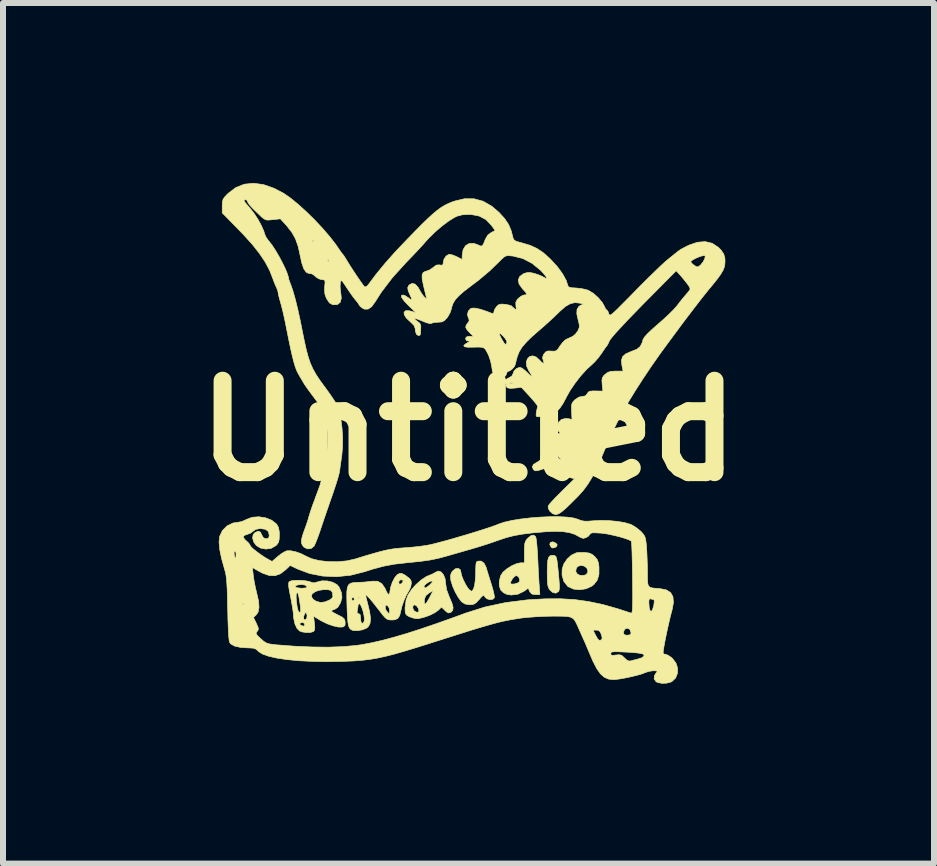
<source format=kicad_pcb>
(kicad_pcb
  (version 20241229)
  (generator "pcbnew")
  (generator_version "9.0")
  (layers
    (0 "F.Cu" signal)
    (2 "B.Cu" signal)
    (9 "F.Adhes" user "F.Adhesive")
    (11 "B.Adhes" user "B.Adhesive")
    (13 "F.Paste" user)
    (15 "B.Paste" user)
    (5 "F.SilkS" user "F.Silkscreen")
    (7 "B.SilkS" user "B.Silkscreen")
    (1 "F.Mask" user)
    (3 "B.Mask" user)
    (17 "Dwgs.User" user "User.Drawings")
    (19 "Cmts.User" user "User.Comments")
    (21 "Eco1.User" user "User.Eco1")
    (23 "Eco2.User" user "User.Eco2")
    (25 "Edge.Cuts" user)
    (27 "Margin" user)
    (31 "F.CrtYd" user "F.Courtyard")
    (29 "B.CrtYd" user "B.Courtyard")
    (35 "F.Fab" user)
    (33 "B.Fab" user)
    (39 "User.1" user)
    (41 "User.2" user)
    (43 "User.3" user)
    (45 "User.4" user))
  (footprint "Untitled"
    (layer "F.Cu")
    (at 4.761 4.132)
    (property "Reference" "Untitled" (at 0 0 0) (layer "F.SilkS") (effects (font (size 1.524 1.524) (thickness 0.3))))
    (attr through_hole)
    (fp_poly (pts (xy 1.439 1.862) (xy 1.477 1.894) (xy 1.472 1.924) (xy 1.443 1.946) (xy 1.398 1.954) (xy 1.379 1.942) (xy 1.354 1.898) (xy 1.363 1.864) (xy 1.398 1.851) (xy 1.439 1.862)) (stroke (width 0.01) (type solid)) (fill yes) (layer "F.SilkS"))
    (fp_poly (pts (xy 1.422 2.078) (xy 1.442 2.083) (xy 1.456 2.096) (xy 1.467 2.124) (xy 1.477 2.174) (xy 1.486 2.252) (xy 1.498 2.366) (xy 1.498 2.367) (xy 1.509 2.491) (xy 1.515 2.578) (xy 1.514 2.635) (xy 1.507 2.669) (xy 1.501 2.679) (xy 1.456 2.707) (xy 1.404 2.696) (xy 1.356 2.654) (xy 1.337 2.624) (xy 1.324 2.588) (xy 1.317 2.537) (xy 1.313 2.462) (xy 1.312 2.36) (xy 1.314 2.242) (xy 1.321 2.16) (xy 1.336 2.109) (xy 1.36 2.083) (xy 1.396 2.076) (xy 1.422 2.078)) (stroke (width 0.01) (type solid)) (fill yes) (layer "F.SilkS"))
    (fp_poly (pts (xy 2.006 2.037) (xy 2.059 2.059) (xy 2.104 2.096) (xy 2.144 2.145) (xy 2.166 2.202) (xy 2.175 2.272) (xy 2.174 2.395) (xy 2.147 2.489) (xy 2.09 2.562) (xy 2.053 2.591) (xy 1.958 2.634) (xy 1.853 2.65) (xy 1.751 2.639) (xy 1.666 2.601) (xy 1.653 2.592) (xy 1.589 2.511) (xy 1.559 2.407) (xy 1.56 2.341) (xy 1.787 2.341) (xy 1.809 2.384) (xy 1.856 2.409) (xy 1.921 2.41) (xy 1.956 2.4) (xy 1.982 2.371) (xy 1.99 2.337) (xy 1.972 2.288) (xy 1.93 2.256) (xy 1.876 2.244) (xy 1.826 2.258) (xy 1.799 2.286) (xy 1.787 2.341) (xy 1.56 2.341) (xy 1.561 2.305) (xy 1.589 2.218) (xy 1.645 2.136) (xy 1.717 2.072) (xy 1.797 2.034) (xy 1.833 2.029) (xy 1.934 2.028) (xy 2.006 2.037)) (stroke (width 0.01) (type solid)) (fill yes) (layer "F.SilkS"))
    (fp_poly (pts (xy 0.26 2.209) (xy 0.295 2.279) (xy 0.298 2.292) (xy 0.316 2.353) (xy 0.343 2.44) (xy 0.373 2.536) (xy 0.383 2.567) (xy 0.408 2.653) (xy 0.425 2.725) (xy 0.432 2.773) (xy 0.431 2.784) (xy 0.402 2.81) (xy 0.354 2.815) (xy 0.305 2.8) (xy 0.274 2.771) (xy 0.259 2.748) (xy 0.242 2.746) (xy 0.215 2.769) (xy 0.177 2.813) (xy 0.127 2.866) (xy 0.085 2.892) (xy 0.034 2.9) (xy 0.019 2.9) (xy -0.06 2.887) (xy -0.116 2.85) (xy -0.169 2.781) (xy -0.222 2.688) (xy -0.266 2.588) (xy -0.294 2.497) (xy -0.296 2.483) (xy -0.301 2.416) (xy -0.286 2.368) (xy -0.265 2.337) (xy -0.219 2.3) (xy -0.173 2.293) (xy -0.138 2.315) (xy -0.127 2.356) (xy -0.116 2.411) (xy -0.087 2.485) (xy -0.049 2.561) (xy -0.009 2.624) (xy 0.015 2.651) (xy 0.045 2.674) (xy 0.064 2.668) (xy 0.085 2.63) (xy 0.1 2.581) (xy 0.111 2.504) (xy 0.118 2.412) (xy 0.118 2.392) (xy 0.12 2.297) (xy 0.123 2.237) (xy 0.127 2.202) (xy 0.134 2.185) (xy 0.146 2.177) (xy 0.16 2.172) (xy 0.213 2.172) (xy 0.26 2.209)) (stroke (width 0.01) (type solid)) (fill yes) (layer "F.SilkS"))
    (fp_poly (pts (xy 1.117 1.762) (xy 1.126 1.792) (xy 1.135 1.856) (xy 1.143 1.945) (xy 1.15 2.051) (xy 1.152 2.085) (xy 1.158 2.212) (xy 1.164 2.342) (xy 1.171 2.46) (xy 1.176 2.552) (xy 1.177 2.556) (xy 1.189 2.731) (xy 1.116 2.731) (xy 1.06 2.723) (xy 1.028 2.693) (xy 1.019 2.677) (xy 0.995 2.623) (xy 0.926 2.674) (xy 0.824 2.724) (xy 0.711 2.738) (xy 0.64 2.727) (xy 0.581 2.698) (xy 0.537 2.655) (xy 0.513 2.586) (xy 0.513 2.542) (xy 0.699 2.542) (xy 0.715 2.555) (xy 0.755 2.555) (xy 0.802 2.544) (xy 0.84 2.525) (xy 0.849 2.514) (xy 0.853 2.476) (xy 0.833 2.435) (xy 0.8 2.413) (xy 0.795 2.413) (xy 0.765 2.43) (xy 0.73 2.47) (xy 0.705 2.516) (xy 0.699 2.542) (xy 0.513 2.542) (xy 0.514 2.5) (xy 0.536 2.416) (xy 0.573 2.358) (xy 0.642 2.299) (xy 0.724 2.248) (xy 0.806 2.213) (xy 0.866 2.201) (xy 0.931 2.201) (xy 0.931 2.026) (xy 0.933 1.938) (xy 0.938 1.879) (xy 0.951 1.839) (xy 0.973 1.807) (xy 0.985 1.794) (xy 1.041 1.747) (xy 1.085 1.739) (xy 1.117 1.762)) (stroke (width 0.01) (type solid)) (fill yes) (layer "F.SilkS"))
    (fp_poly (pts (xy -0.456 2.354) (xy -0.417 2.4) (xy -0.39 2.469) (xy -0.381 2.548) (xy -0.366 2.648) (xy -0.322 2.766) (xy -0.318 2.776) (xy -0.275 2.876) (xy -0.257 2.946) (xy -0.264 2.994) (xy -0.293 3.025) (xy -0.296 3.027) (xy -0.331 3.037) (xy -0.366 3.02) (xy -0.394 2.994) (xy -0.45 2.939) (xy -0.507 2.994) (xy -0.568 3.036) (xy -0.654 3.078) (xy -0.748 3.111) (xy -0.832 3.13) (xy -0.862 3.132) (xy -0.922 3.122) (xy -0.987 3.099) (xy -0.99 3.098) (xy -1.029 3.075) (xy -1.05 3.048) (xy -1.057 3.004) (xy -1.058 2.953) (xy -0.93 2.953) (xy -0.913 2.993) (xy -0.906 3.001) (xy -0.87 3.023) (xy -0.837 3.023) (xy -0.826 3.004) (xy -0.838 2.958) (xy -0.868 2.917) (xy -0.9 2.9) (xy -0.925 2.916) (xy -0.93 2.953) (xy -1.058 2.953) (xy -1.058 2.949) (xy -1.042 2.827) (xy -0.737 2.827) (xy -0.736 2.878) (xy -0.723 2.889) (xy -0.695 2.86) (xy -0.655 2.791) (xy -0.643 2.768) (xy -0.589 2.66) (xy -0.659 2.705) (xy -0.711 2.747) (xy -0.733 2.799) (xy -0.737 2.827) (xy -1.042 2.827) (xy -1.041 2.82) (xy -1.007 2.733) (xy -0.951 2.647) (xy -0.903 2.593) (xy -0.741 2.593) (xy -0.734 2.62) (xy -0.709 2.616) (xy -0.662 2.582) (xy -0.648 2.57) (xy -0.612 2.533) (xy -0.598 2.509) (xy -0.599 2.506) (xy -0.625 2.505) (xy -0.667 2.524) (xy -0.71 2.553) (xy -0.737 2.582) (xy -0.741 2.593) (xy -0.903 2.593) (xy -0.873 2.561) (xy -0.787 2.485) (xy -0.702 2.429) (xy -0.661 2.412) (xy -0.6 2.387) (xy -0.553 2.361) (xy -0.548 2.357) (xy -0.502 2.338) (xy -0.456 2.354)) (stroke (width 0.01) (type solid)) (fill yes) (layer "F.SilkS"))
    (fp_poly (pts (xy -1.113 2.378) (xy -1.069 2.4) (xy -1.039 2.42) (xy -0.984 2.462) (xy -0.958 2.5) (xy -0.953 2.542) (xy -0.965 2.607) (xy -0.994 2.665) (xy -1.035 2.737) (xy -1.077 2.831) (xy -1.111 2.928) (xy -1.128 2.999) (xy -1.148 3.081) (xy -1.181 3.13) (xy -1.233 3.151) (xy -1.277 3.154) (xy -1.322 3.152) (xy -1.356 3.142) (xy -1.388 3.118) (xy -1.428 3.073) (xy -1.481 3.004) (xy -1.54 2.929) (xy -1.388 2.929) (xy -1.385 2.974) (xy -1.363 3.009) (xy -1.323 3.053) (xy -1.316 3.005) (xy -1.324 2.953) (xy -1.341 2.925) (xy -1.368 2.904) (xy -1.383 2.916) (xy -1.388 2.929) (xy -1.54 2.929) (xy -1.567 2.894) (xy -1.635 2.811) (xy -1.683 2.758) (xy -1.709 2.737) (xy -1.714 2.741) (xy -1.709 2.772) (xy -1.695 2.829) (xy -1.682 2.879) (xy -1.648 3.019) (xy -1.634 3.127) (xy -1.641 3.207) (xy -1.668 3.262) (xy -1.699 3.289) (xy -1.769 3.318) (xy -1.85 3.332) (xy -1.922 3.329) (xy -1.939 3.324) (xy -1.966 3.309) (xy -1.986 3.286) (xy -2.001 3.249) (xy -2.011 3.19) (xy -2.018 3.105) (xy -2.021 3.038) (xy -1.857 3.038) (xy -1.833 3.048) (xy -1.808 3.062) (xy -1.799 3.108) (xy -1.799 3.119) (xy -1.795 3.171) (xy -1.786 3.202) (xy -1.786 3.203) (xy -1.761 3.209) (xy -1.742 3.181) (xy -1.736 3.137) (xy -1.743 3.075) (xy -1.759 3.006) (xy -1.781 2.942) (xy -1.803 2.896) (xy -1.817 2.883) (xy -1.837 2.893) (xy -1.842 2.914) (xy -1.848 2.967) (xy -1.855 3) (xy -1.857 3.038) (xy -2.021 3.038) (xy -2.024 2.987) (xy -2.026 2.921) (xy -2.029 2.805) (xy -1.947 2.805) (xy -1.936 2.833) (xy -1.926 2.836) (xy -1.907 2.819) (xy -1.905 2.805) (xy -1.914 2.783) (xy -1.841 2.783) (xy -1.831 2.794) (xy -1.82 2.783) (xy -1.831 2.773) (xy -1.841 2.783) (xy -1.914 2.783) (xy -1.916 2.776) (xy -1.926 2.773) (xy -1.945 2.79) (xy -1.947 2.805) (xy -2.029 2.805) (xy -2.03 2.784) (xy -2.029 2.683) (xy -2.02 2.613) (xy -2.001 2.569) (xy -1.969 2.543) (xy -1.92 2.531) (xy -1.852 2.527) (xy -1.827 2.526) (xy -1.739 2.522) (xy -1.656 2.514) (xy -1.604 2.507) (xy -1.516 2.508) (xy -1.446 2.548) (xy -1.392 2.626) (xy -1.384 2.647) (xy -1.355 2.705) (xy -1.331 2.728) (xy -1.315 2.714) (xy -1.311 2.683) (xy -1.298 2.607) (xy -1.272 2.531) (xy -1.164 2.531) (xy -1.153 2.558) (xy -1.124 2.552) (xy -1.102 2.531) (xy -1.089 2.5) (xy -1.1 2.488) (xy -1.136 2.484) (xy -1.161 2.512) (xy -1.164 2.531) (xy -1.272 2.531) (xy -1.27 2.525) (xy -1.233 2.452) (xy -1.192 2.402) (xy -1.18 2.393) (xy -1.144 2.377) (xy -1.113 2.378)) (stroke (width 0.01) (type solid)) (fill yes) (layer "F.SilkS"))
    (fp_poly (pts (xy -2.729 2.499) (xy -2.661 2.511) (xy -2.63 2.522) (xy -2.579 2.536) (xy -2.529 2.522) (xy -2.445 2.501) (xy -2.352 2.503) (xy -2.264 2.525) (xy -2.193 2.564) (xy -2.158 2.605) (xy -2.119 2.698) (xy -2.11 2.778) (xy -2.132 2.86) (xy -2.137 2.871) (xy -2.178 2.941) (xy -2.226 2.974) (xy -2.232 2.975) (xy -2.272 2.991) (xy -2.286 3.004) (xy -2.268 3.021) (xy -2.223 3.047) (xy -2.175 3.071) (xy -2.11 3.104) (xy -2.075 3.132) (xy -2.06 3.167) (xy -2.057 3.19) (xy -2.058 3.24) (xy -2.079 3.263) (xy -2.102 3.271) (xy -2.166 3.272) (xy -2.253 3.253) (xy -2.351 3.219) (xy -2.448 3.172) (xy -2.479 3.154) (xy -2.583 3.091) (xy -2.569 3.209) (xy -2.563 3.283) (xy -2.569 3.326) (xy -2.584 3.346) (xy -2.637 3.362) (xy -2.71 3.363) (xy -2.782 3.351) (xy -2.815 3.338) (xy -2.859 3.295) (xy -2.89 3.229) (xy -2.812 3.229) (xy -2.789 3.246) (xy -2.747 3.257) (xy -2.732 3.242) (xy -2.731 3.228) (xy -2.748 3.202) (xy -2.773 3.196) (xy -2.809 3.207) (xy -2.812 3.229) (xy -2.89 3.229) (xy -2.894 3.22) (xy -2.913 3.133) (xy -2.749 3.133) (xy -2.733 3.154) (xy -2.73 3.154) (xy -2.704 3.137) (xy -2.696 3.122) (xy -2.692 3.076) (xy -2.698 3.054) (xy -2.712 3.03) (xy -2.729 3.045) (xy -2.731 3.049) (xy -2.748 3.093) (xy -2.749 3.133) (xy -2.913 3.133) (xy -2.915 3.125) (xy -2.919 3.069) (xy -2.924 3.018) (xy -2.936 2.937) (xy -2.953 2.84) (xy -2.962 2.793) (xy -2.873 2.793) (xy -2.869 2.841) (xy -2.857 2.934) (xy -2.844 2.991) (xy -2.828 3.02) (xy -2.81 3.027) (xy -2.799 3.007) (xy -2.8 2.953) (xy -2.803 2.926) (xy -2.819 2.821) (xy -2.829 2.764) (xy -2.62 2.764) (xy -2.592 2.808) (xy -2.544 2.84) (xy -2.47 2.862) (xy -2.391 2.852) (xy -2.31 2.817) (xy -2.274 2.788) (xy -2.262 2.767) (xy -2.267 2.701) (xy -2.293 2.662) (xy -2.344 2.648) (xy -2.416 2.648) (xy -2.494 2.66) (xy -2.554 2.681) (xy -2.608 2.72) (xy -2.62 2.764) (xy -2.829 2.764) (xy -2.831 2.753) (xy -2.842 2.714) (xy -2.853 2.7) (xy -2.862 2.702) (xy -2.873 2.73) (xy -2.873 2.793) (xy -2.962 2.793) (xy -2.967 2.768) (xy -2.988 2.662) (xy -2.999 2.591) (xy -2.999 2.587) (xy -2.887 2.587) (xy -2.887 2.604) (xy -2.855 2.617) (xy -2.795 2.624) (xy -2.78 2.625) (xy -2.718 2.62) (xy -2.693 2.607) (xy -2.693 2.598) (xy -2.722 2.573) (xy -2.776 2.563) (xy -2.843 2.569) (xy -2.85 2.571) (xy -2.887 2.587) (xy -2.999 2.587) (xy -3 2.546) (xy -2.993 2.52) (xy -2.988 2.514) (xy -2.952 2.5) (xy -2.887 2.493) (xy -2.808 2.493) (xy -2.729 2.499)) (stroke (width 0.01) (type solid)) (fill yes) (layer "F.SilkS"))
    (fp_poly (pts (xy 1.645 1.439) (xy 1.753 1.454) (xy 1.82 1.474) (xy 1.876 1.496) (xy 1.928 1.506) (xy 1.991 1.507) (xy 2.081 1.5) (xy 2.085 1.5) (xy 2.213 1.494) (xy 2.351 1.498) (xy 2.487 1.511) (xy 2.608 1.532) (xy 2.703 1.56) (xy 2.721 1.568) (xy 2.79 1.61) (xy 2.86 1.665) (xy 2.879 1.683) (xy 2.916 1.725) (xy 2.939 1.763) (xy 2.953 1.813) (xy 2.963 1.886) (xy 2.967 1.932) (xy 2.973 2.029) (xy 2.978 2.15) (xy 2.982 2.276) (xy 2.983 2.354) (xy 2.983 2.463) (xy 2.987 2.537) (xy 2.998 2.583) (xy 3.024 2.608) (xy 3.069 2.621) (xy 3.139 2.627) (xy 3.192 2.631) (xy 3.297 2.652) (xy 3.369 2.697) (xy 3.408 2.767) (xy 3.416 2.864) (xy 3.393 2.989) (xy 3.39 2.998) (xy 3.365 3.093) (xy 3.336 3.216) (xy 3.306 3.353) (xy 3.278 3.49) (xy 3.255 3.613) (xy 3.25 3.646) (xy 3.244 3.698) (xy 3.253 3.72) (xy 3.28 3.725) (xy 3.321 3.739) (xy 3.375 3.774) (xy 3.399 3.794) (xy 3.458 3.871) (xy 3.486 3.958) (xy 3.483 4.044) (xy 3.452 4.122) (xy 3.391 4.179) (xy 3.372 4.189) (xy 3.303 4.207) (xy 3.225 4.21) (xy 3.156 4.197) (xy 3.127 4.183) (xy 3.094 4.135) (xy 3.1 4.079) (xy 3.125 4.039) (xy 3.145 4.014) (xy 3.137 4.003) (xy 3.096 4.001) (xy 3.082 4) (xy 3.009 4.01) (xy 2.942 4.032) (xy 2.941 4.033) (xy 2.886 4.054) (xy 2.802 4.078) (xy 2.701 4.102) (xy 2.596 4.124) (xy 2.5 4.14) (xy 2.426 4.148) (xy 2.413 4.148) (xy 2.332 4.139) (xy 2.262 4.108) (xy 2.198 4.051) (xy 2.137 3.963) (xy 2.074 3.841) (xy 2.029 3.736) (xy 2.02 3.714) (xy 2.371 3.714) (xy 2.377 3.737) (xy 2.402 3.744) (xy 2.457 3.738) (xy 2.457 3.738) (xy 2.517 3.733) (xy 2.557 3.746) (xy 2.598 3.784) (xy 2.6 3.787) (xy 2.65 3.831) (xy 2.692 3.839) (xy 2.699 3.837) (xy 2.751 3.823) (xy 2.806 3.81) (xy 2.886 3.785) (xy 2.924 3.757) (xy 2.924 3.73) (xy 2.893 3.716) (xy 2.821 3.704) (xy 2.706 3.694) (xy 2.639 3.69) (xy 2.528 3.685) (xy 2.453 3.683) (xy 2.406 3.685) (xy 2.381 3.691) (xy 2.372 3.703) (xy 2.371 3.714) (xy 2.02 3.714) (xy 1.994 3.654) (xy 1.962 3.578) (xy 1.94 3.526) (xy 1.939 3.524) (xy 1.916 3.473) (xy 1.883 3.399) (xy 1.849 3.323) (xy 2.076 3.323) (xy 2.123 3.416) (xy 2.155 3.471) (xy 2.181 3.494) (xy 2.204 3.49) (xy 2.225 3.472) (xy 2.226 3.44) (xy 2.214 3.398) (xy 2.202 3.368) (xy 2.582 3.368) (xy 2.594 3.398) (xy 2.634 3.408) (xy 2.646 3.408) (xy 2.693 3.401) (xy 2.709 3.376) (xy 2.709 3.368) (xy 2.694 3.321) (xy 2.678 3.302) (xy 2.638 3.29) (xy 2.602 3.311) (xy 2.583 3.356) (xy 2.582 3.368) (xy 2.202 3.368) (xy 2.192 3.347) (xy 2.162 3.326) (xy 2.133 3.323) (xy 2.076 3.323) (xy 1.849 3.323) (xy 1.847 3.317) (xy 1.845 3.313) (xy 1.808 3.231) (xy 1.778 3.171) (xy 1.746 3.132) (xy 1.705 3.108) (xy 1.647 3.095) (xy 1.565 3.091) (xy 1.451 3.09) (xy 1.405 3.09) (xy 1.27 3.093) (xy 1.126 3.1) (xy 0.989 3.11) (xy 0.877 3.122) (xy 0.871 3.123) (xy 0.789 3.136) (xy 0.713 3.148) (xy 0.639 3.162) (xy 0.563 3.178) (xy 0.48 3.198) (xy 0.388 3.223) (xy 0.28 3.254) (xy 0.154 3.291) (xy 0.004 3.337) (xy -0.172 3.393) (xy -0.381 3.459) (xy -0.624 3.536) (xy -0.656 3.547) (xy -0.884 3.618) (xy -1.078 3.677) (xy -1.245 3.725) (xy -1.393 3.762) (xy -1.527 3.791) (xy -1.654 3.812) (xy -1.782 3.827) (xy -1.915 3.837) (xy -2.062 3.843) (xy -2.127 3.845) (xy -2.379 3.849) (xy -2.616 3.844) (xy -2.834 3.833) (xy -3.028 3.814) (xy -3.196 3.789) (xy -3.333 3.758) (xy -3.436 3.721) (xy -3.501 3.68) (xy -3.507 3.673) (xy -3.541 3.642) (xy -3.582 3.625) (xy -3.644 3.62) (xy -3.677 3.619) (xy -3.802 3.611) (xy -3.9 3.589) (xy -3.964 3.553) (xy -3.982 3.53) (xy -3.991 3.492) (xy -3.999 3.414) (xy -4.005 3.299) (xy -4.011 3.149) (xy -4.015 2.966) (xy -4.016 2.965) (xy -4.017 2.889) (xy -3.768 2.889) (xy -3.757 2.9) (xy -3.747 2.889) (xy -3.757 2.879) (xy -3.768 2.889) (xy -4.017 2.889) (xy -4.019 2.793) (xy -4.023 2.657) (xy -4.029 2.551) (xy -4.035 2.468) (xy -4.044 2.404) (xy -4.055 2.351) (xy -4.065 2.318) (xy -4.075 2.279) (xy -3.603 2.279) (xy -3.588 2.415) (xy -3.574 2.51) (xy -3.552 2.619) (xy -3.533 2.698) (xy -3.501 2.838) (xy -3.493 2.945) (xy -3.508 3.023) (xy -3.539 3.068) (xy -3.585 3.112) (xy -3.538 3.209) (xy -3.511 3.269) (xy -3.503 3.304) (xy -3.512 3.33) (xy -3.524 3.344) (xy -3.54 3.367) (xy -3.537 3.389) (xy -3.511 3.422) (xy -3.464 3.466) (xy -3.414 3.51) (xy -3.37 3.537) (xy -3.32 3.553) (xy -3.248 3.563) (xy -3.204 3.568) (xy -2.899 3.591) (xy -2.608 3.604) (xy -2.337 3.607) (xy -2.091 3.598) (xy -1.877 3.579) (xy -1.778 3.565) (xy -1.611 3.533) (xy -1.435 3.493) (xy -1.245 3.442) (xy -1.037 3.381) (xy -0.806 3.307) (xy -0.548 3.219) (xy -0.258 3.116) (xy -0.047 3.039) (xy 0.275 2.937) (xy 0.617 2.864) (xy 0.983 2.818) (xy 1.281 2.801) (xy 1.532 2.8) (xy 1.768 2.814) (xy 2 2.846) (xy 2.238 2.896) (xy 2.492 2.968) (xy 2.709 3.039) (xy 2.719 3.038) (xy 2.726 3.025) (xy 2.731 2.996) (xy 2.734 2.946) (xy 2.736 2.871) (xy 2.736 2.861) (xy 3.006 2.861) (xy 3.012 2.947) (xy 3.026 2.997) (xy 3.045 3.011) (xy 3.066 2.986) (xy 3.086 2.921) (xy 3.09 2.902) (xy 3.096 2.848) (xy 3.093 2.818) (xy 3.089 2.815) (xy 3.057 2.808) (xy 3.039 2.802) (xy 3.016 2.802) (xy 3.007 2.831) (xy 3.006 2.861) (xy 2.736 2.861) (xy 2.737 2.767) (xy 2.736 2.629) (xy 2.734 2.453) (xy 2.734 2.451) (xy 2.732 2.296) (xy 2.729 2.155) (xy 2.726 2.033) (xy 2.722 1.937) (xy 2.718 1.87) (xy 2.714 1.84) (xy 2.713 1.839) (xy 2.673 1.817) (xy 2.602 1.792) (xy 2.511 1.765) (xy 2.411 1.741) (xy 2.312 1.72) (xy 2.225 1.708) (xy 2.209 1.706) (xy 2.121 1.701) (xy 2.067 1.701) (xy 2.038 1.709) (xy 2.024 1.725) (xy 2.024 1.725) (xy 1.997 1.758) (xy 1.959 1.781) (xy 1.913 1.794) (xy 1.868 1.779) (xy 1.849 1.768) (xy 1.772 1.726) (xy 1.683 1.698) (xy 1.575 1.681) (xy 1.444 1.676) (xy 1.284 1.683) (xy 1.089 1.7) (xy 1.058 1.703) (xy 0.897 1.723) (xy 0.761 1.747) (xy 0.632 1.78) (xy 0.493 1.826) (xy 0.434 1.847) (xy 0.329 1.883) (xy 0.192 1.927) (xy 0.034 1.974) (xy -0.095 2.011) (xy -0.196 2.04) (xy -0.301 2.07) (xy -0.388 2.095) (xy -0.392 2.096) (xy -0.513 2.128) (xy -0.647 2.155) (xy -0.802 2.177) (xy -0.989 2.196) (xy -1.048 2.202) (xy -1.233 2.223) (xy -1.41 2.256) (xy -1.594 2.305) (xy -1.736 2.35) (xy -1.965 2.408) (xy -2.199 2.432) (xy -2.43 2.422) (xy -2.651 2.379) (xy -2.841 2.308) (xy -2.974 2.245) (xy -3.048 2.316) (xy -3.137 2.384) (xy -3.227 2.416) (xy -3.325 2.412) (xy -3.436 2.373) (xy -3.511 2.333) (xy -3.603 2.279) (xy -4.075 2.279) (xy -4.116 2.134) (xy -4.136 2.037) (xy -3.909 2.037) (xy -3.902 2.086) (xy -3.901 2.088) (xy -3.885 2.148) (xy -3.877 2.088) (xy -3.876 2.041) (xy -3.882 2.016) (xy -3.902 2.01) (xy -3.909 2.037) (xy -4.136 2.037) (xy -4.148 1.978) (xy -4.159 1.854) (xy -4.15 1.763) (xy -4.15 1.762) (xy -4.103 1.663) (xy -4.025 1.585) (xy -3.926 1.537) (xy -3.837 1.524) (xy -3.78 1.513) (xy -3.716 1.485) (xy -3.704 1.478) (xy -3.609 1.442) (xy -3.498 1.433) (xy -3.385 1.45) (xy -3.283 1.49) (xy -3.203 1.552) (xy -3.196 1.561) (xy -3.168 1.613) (xy -3.155 1.686) (xy -3.154 1.738) (xy -3.157 1.812) (xy -3.168 1.86) (xy -3.194 1.897) (xy -3.212 1.915) (xy -3.288 1.959) (xy -3.378 1.972) (xy -3.468 1.955) (xy -3.539 1.912) (xy -3.582 1.852) (xy -3.6 1.787) (xy -3.59 1.73) (xy -3.557 1.694) (xy -3.504 1.674) (xy -3.47 1.688) (xy -3.447 1.736) (xy -3.42 1.784) (xy -3.378 1.799) (xy -3.374 1.799) (xy -3.337 1.792) (xy -3.324 1.761) (xy -3.323 1.736) (xy -3.339 1.677) (xy -3.386 1.642) (xy -3.469 1.63) (xy -3.477 1.63) (xy -3.549 1.644) (xy -3.587 1.671) (xy -3.636 1.707) (xy -3.685 1.726) (xy -3.741 1.745) (xy -3.756 1.771) (xy -3.732 1.809) (xy -3.706 1.833) (xy -3.664 1.873) (xy -3.642 1.906) (xy -3.641 1.912) (xy -3.624 1.936) (xy -3.581 1.976) (xy -3.519 2.024) (xy -3.449 2.075) (xy -3.378 2.121) (xy -3.341 2.142) (xy -3.275 2.178) (xy -3.181 2.096) (xy -3.119 2.048) (xy -3.058 2.012) (xy -3.027 2) (xy -2.964 2) (xy -2.881 2.017) (xy -2.794 2.047) (xy -2.724 2.083) (xy -2.621 2.131) (xy -2.489 2.164) (xy -2.339 2.181) (xy -2.181 2.183) (xy -2.027 2.168) (xy -1.894 2.138) (xy -1.725 2.086) (xy -1.589 2.046) (xy -1.478 2.015) (xy -1.386 1.992) (xy -1.304 1.976) (xy -1.226 1.964) (xy -1.144 1.956) (xy -1.05 1.949) (xy -1.048 1.949) (xy -0.927 1.939) (xy -0.806 1.926) (xy -0.699 1.91) (xy -0.624 1.896) (xy -0.5 1.864) (xy -0.357 1.826) (xy -0.204 1.782) (xy -0.047 1.736) (xy 0.104 1.69) (xy 0.244 1.646) (xy 0.363 1.607) (xy 0.455 1.574) (xy 0.497 1.557) (xy 0.594 1.524) (xy 0.72 1.495) (xy 0.867 1.471) (xy 1.028 1.452) (xy 1.194 1.439) (xy 1.357 1.432) (xy 1.51 1.432) (xy 1.645 1.439)) (stroke (width 0.01) (type solid)) (fill yes) (layer "F.SilkS"))
    (fp_poly (pts (xy -3.419 -4.105) (xy -3.242 -4.043) (xy -3.08 -3.958) (xy -2.97 -3.882) (xy -2.843 -3.778) (xy -2.707 -3.655) (xy -2.568 -3.519) (xy -2.435 -3.377) (xy -2.315 -3.238) (xy -2.215 -3.109) (xy -2.186 -3.067) (xy -2.145 -3.007) (xy -2.112 -2.961) (xy -2.096 -2.942) (xy -2.078 -2.919) (xy -2.048 -2.872) (xy -2.033 -2.847) (xy -1.984 -2.767) (xy -1.928 -2.68) (xy -1.87 -2.592) (xy -1.816 -2.513) (xy -1.771 -2.449) (xy -1.74 -2.408) (xy -1.73 -2.399) (xy -1.703 -2.404) (xy -1.674 -2.432) (xy -1.543 -2.607) (xy -1.392 -2.791) (xy -1.237 -2.966) (xy -1.2 -3.006) (xy -1.036 -3.178) (xy -0.897 -3.321) (xy -0.78 -3.44) (xy -0.681 -3.536) (xy -0.597 -3.613) (xy -0.524 -3.674) (xy -0.458 -3.722) (xy -0.397 -3.759) (xy -0.337 -3.789) (xy -0.274 -3.815) (xy -0.235 -3.829) (xy -0.067 -3.869) (xy 0.092 -3.868) (xy 0.243 -3.827) (xy 0.388 -3.744) (xy 0.508 -3.641) (xy 0.602 -3.538) (xy 0.667 -3.441) (xy 0.711 -3.336) (xy 0.733 -3.251) (xy 0.745 -3.206) (xy 0.763 -3.178) (xy 0.797 -3.159) (xy 0.858 -3.141) (xy 0.889 -3.133) (xy 1.027 -3.092) (xy 1.14 -3.04) (xy 1.244 -2.971) (xy 1.352 -2.875) (xy 1.373 -2.854) (xy 1.482 -2.735) (xy 1.568 -2.617) (xy 1.628 -2.507) (xy 1.651 -2.437) (xy 1.661 -2.408) (xy 1.683 -2.392) (xy 1.729 -2.384) (xy 1.789 -2.381) (xy 1.875 -2.372) (xy 1.957 -2.355) (xy 1.997 -2.342) (xy 2.082 -2.291) (xy 2.165 -2.217) (xy 2.233 -2.134) (xy 2.263 -2.079) (xy 2.286 -2.033) (xy 2.305 -2.011) (xy 2.307 -2.011) (xy 2.324 -1.993) (xy 2.338 -1.953) (xy 2.344 -1.937) (xy 2.353 -1.929) (xy 2.368 -1.932) (xy 2.394 -1.949) (xy 2.433 -1.983) (xy 2.489 -2.036) (xy 2.564 -2.112) (xy 2.664 -2.212) (xy 2.769 -2.32) (xy 2.885 -2.438) (xy 2.999 -2.551) (xy 3.106 -2.655) (xy 3.199 -2.745) (xy 3.274 -2.814) (xy 3.28 -2.819) (xy 3.704 -2.819) (xy 3.72 -2.794) (xy 3.756 -2.763) (xy 3.796 -2.738) (xy 3.816 -2.732) (xy 3.843 -2.744) (xy 3.873 -2.768) (xy 3.911 -2.817) (xy 3.935 -2.863) (xy 3.947 -2.904) (xy 3.937 -2.919) (xy 3.921 -2.921) (xy 3.878 -2.912) (xy 3.821 -2.891) (xy 3.764 -2.864) (xy 3.721 -2.838) (xy 3.704 -2.819) (xy 3.28 -2.819) (xy 3.323 -2.856) (xy 3.393 -2.912) (xy 3.453 -2.961) (xy 3.495 -2.994) (xy 3.501 -2.999) (xy 3.54 -3.025) (xy 3.604 -3.06) (xy 3.67 -3.093) (xy 3.814 -3.143) (xy 3.945 -3.154) (xy 4.063 -3.126) (xy 4.166 -3.058) (xy 4.212 -3.01) (xy 4.254 -2.948) (xy 4.273 -2.886) (xy 4.276 -2.829) (xy 4.273 -2.775) (xy 4.263 -2.725) (xy 4.242 -2.673) (xy 4.206 -2.612) (xy 4.153 -2.538) (xy 4.078 -2.444) (xy 3.979 -2.324) (xy 3.975 -2.319) (xy 3.943 -2.279) (xy 3.891 -2.214) (xy 3.827 -2.131) (xy 3.756 -2.039) (xy 3.685 -1.946) (xy 3.62 -1.86) (xy 3.566 -1.789) (xy 3.541 -1.755) (xy 3.497 -1.695) (xy 3.438 -1.616) (xy 3.374 -1.529) (xy 3.346 -1.492) (xy 3.198 -1.29) (xy 3.05 -1.079) (xy 2.909 -0.869) (xy 2.78 -0.668) (xy 2.669 -0.487) (xy 2.639 -0.434) (xy 2.575 -0.321) (xy 2.521 -0.221) (xy 2.472 -0.127) (xy 2.425 -0.03) (xy 2.375 0.077) (xy 2.319 0.204) (xy 2.253 0.357) (xy 2.212 0.455) (xy 2.135 0.628) (xy 2.063 0.77) (xy 1.991 0.888) (xy 1.914 0.993) (xy 1.825 1.092) (xy 1.814 1.103) (xy 1.707 1.21) (xy 1.624 1.29) (xy 1.56 1.344) (xy 1.512 1.378) (xy 1.473 1.394) (xy 1.45 1.397) (xy 1.401 1.381) (xy 1.357 1.342) (xy 1.329 1.293) (xy 1.328 1.253) (xy 1.347 1.226) (xy 1.392 1.175) (xy 1.454 1.109) (xy 1.53 1.033) (xy 1.554 1.008) (xy 1.767 0.799) (xy 1.704 0.784) (xy 1.655 0.768) (xy 1.582 0.739) (xy 1.498 0.703) (xy 1.474 0.691) (xy 1.393 0.655) (xy 1.338 0.633) (xy 1.299 0.626) (xy 1.261 0.631) (xy 1.215 0.645) (xy 1.211 0.647) (xy 1.15 0.665) (xy 1.115 0.667) (xy 1.09 0.654) (xy 1.084 0.648) (xy 1.063 0.605) (xy 1.081 0.562) (xy 1.133 0.529) (xy 1.184 0.498) (xy 1.235 0.453) (xy 1.238 0.45) (xy 1.288 0.392) (xy 1.417 0.436) (xy 1.545 0.481) (xy 1.452 0.381) (xy 1.379 0.295) (xy 1.331 0.222) (xy 1.99 0.222) (xy 2.001 0.25) (xy 2.011 0.254) (xy 2.03 0.237) (xy 2.032 0.222) (xy 2.021 0.194) (xy 2.011 0.191) (xy 1.992 0.208) (xy 1.99 0.222) (xy 1.331 0.222) (xy 1.327 0.217) (xy 1.3 0.153) (xy 1.299 0.116) (xy 1.338 0.067) (xy 1.399 0.038) (xy 1.462 0.039) (xy 1.468 0.041) (xy 1.509 0.049) (xy 1.526 0.038) (xy 1.51 0.015) (xy 1.503 0.011) (xy 1.488 -0.018) (xy 1.482 -0.069) (xy 1.482 -0.073) (xy 1.5 -0.142) (xy 1.549 -0.189) (xy 1.619 -0.206) (xy 1.659 -0.203) (xy 1.725 -0.19) (xy 1.72 -0.281) (xy 2.013 -0.281) (xy 2.017 -0.261) (xy 2.035 -0.213) (xy 2.063 -0.146) (xy 2.066 -0.138) (xy 2.126 0.001) (xy 2.261 -0.265) (xy 2.141 -0.275) (xy 2.075 -0.28) (xy 2.028 -0.282) (xy 2.013 -0.281) (xy 1.72 -0.281) (xy 1.718 -0.324) (xy 1.716 -0.399) (xy 1.722 -0.448) (xy 1.741 -0.483) (xy 1.769 -0.514) (xy 1.841 -0.562) (xy 1.892 -0.572) (xy 1.948 -0.582) (xy 1.979 -0.619) (xy 1.997 -0.647) (xy 2.026 -0.66) (xy 2.078 -0.665) (xy 2.12 -0.664) (xy 2.24 -0.662) (xy 2.228 -0.774) (xy 2.224 -0.842) (xy 2.231 -0.885) (xy 2.254 -0.919) (xy 2.276 -0.94) (xy 2.319 -0.973) (xy 2.368 -0.99) (xy 2.439 -0.995) (xy 2.456 -0.995) (xy 2.577 -0.995) (xy 2.557 -1.091) (xy 2.549 -1.174) (xy 2.568 -1.236) (xy 2.621 -1.283) (xy 2.71 -1.322) (xy 2.724 -1.327) (xy 2.809 -1.361) (xy 2.862 -1.405) (xy 2.896 -1.472) (xy 2.91 -1.524) (xy 2.933 -1.562) (xy 2.986 -1.621) (xy 3.068 -1.698) (xy 3.16 -1.779) (xy 3.251 -1.859) (xy 3.337 -1.939) (xy 3.409 -2.01) (xy 3.459 -2.065) (xy 3.468 -2.075) (xy 3.513 -2.134) (xy 3.557 -2.19) (xy 3.611 -2.254) (xy 3.678 -2.333) (xy 3.693 -2.357) (xy 3.69 -2.385) (xy 3.665 -2.426) (xy 3.639 -2.46) (xy 3.588 -2.525) (xy 3.536 -2.587) (xy 3.516 -2.609) (xy 3.462 -2.668) (xy 2.92 -2.121) (xy 2.775 -1.972) (xy 2.646 -1.839) (xy 2.538 -1.723) (xy 2.451 -1.629) (xy 2.39 -1.557) (xy 2.355 -1.511) (xy 2.349 -1.501) (xy 2.327 -1.451) (xy 2.309 -1.42) (xy 2.307 -1.418) (xy 2.289 -1.396) (xy 2.256 -1.349) (xy 2.215 -1.287) (xy 2.161 -1.214) (xy 2.101 -1.146) (xy 2.06 -1.107) (xy 1.969 -1.024) (xy 1.87 -0.915) (xy 1.775 -0.792) (xy 1.691 -0.668) (xy 1.641 -0.579) (xy 1.579 -0.461) (xy 1.524 -0.378) (xy 1.473 -0.326) (xy 1.422 -0.301) (xy 1.384 -0.296) (xy 1.332 -0.29) (xy 1.301 -0.274) (xy 1.301 -0.273) (xy 1.271 -0.259) (xy 1.246 -0.261) (xy 1.214 -0.261) (xy 1.206 -0.252) (xy 1.189 -0.237) (xy 1.163 -0.233) (xy 1.135 -0.238) (xy 1.126 -0.262) (xy 1.131 -0.309) (xy 1.142 -0.364) (xy 1.152 -0.4) (xy 1.154 -0.402) (xy 1.145 -0.424) (xy 1.112 -0.468) (xy 1.061 -0.528) (xy 1.022 -0.572) (xy 0.881 -0.725) (xy 0.771 -0.712) (xy 0.698 -0.707) (xy 0.654 -0.715) (xy 0.635 -0.73) (xy 0.621 -0.756) (xy 0.626 -0.762) (xy 0.629 -0.774) (xy 0.618 -0.787) (xy 0.617 -0.788) (xy 0.687 -0.788) (xy 0.707 -0.785) (xy 0.735 -0.789) (xy 0.735 -0.796) (xy 0.707 -0.801) (xy 0.695 -0.798) (xy 0.687 -0.788) (xy 0.617 -0.788) (xy 0.595 -0.82) (xy 0.607 -0.847) (xy 0.655 -0.875) (xy 0.667 -0.88) (xy 0.722 -0.913) (xy 0.741 -0.95) (xy 0.759 -0.998) (xy 0.802 -1.04) (xy 0.854 -1.058) (xy 0.857 -1.058) (xy 0.892 -1.044) (xy 0.942 -1.006) (xy 0.977 -0.973) (xy 1.028 -0.923) (xy 1.053 -0.906) (xy 1.052 -0.922) (xy 1.024 -0.971) (xy 1.005 -1) (xy 0.969 -1.077) (xy 0.963 -1.146) (xy 0.982 -1.201) (xy 1.019 -1.238) (xy 1.07 -1.25) (xy 1.127 -1.23) (xy 1.178 -1.185) (xy 1.222 -1.14) (xy 1.25 -1.124) (xy 1.257 -1.139) (xy 1.245 -1.174) (xy 1.233 -1.221) (xy 1.249 -1.267) (xy 1.258 -1.282) (xy 1.289 -1.318) (xy 1.326 -1.331) (xy 1.381 -1.329) (xy 1.435 -1.327) (xy 1.469 -1.339) (xy 1.499 -1.374) (xy 1.522 -1.411) (xy 1.566 -1.469) (xy 1.612 -1.514) (xy 1.63 -1.525) (xy 1.693 -1.554) (xy 1.736 -1.574) (xy 1.781 -1.61) (xy 1.821 -1.664) (xy 1.824 -1.669) (xy 1.844 -1.716) (xy 1.848 -1.757) (xy 1.837 -1.812) (xy 1.828 -1.845) (xy 1.805 -1.95) (xy 1.809 -2.025) (xy 1.839 -2.074) (xy 1.861 -2.088) (xy 1.913 -2.114) (xy 1.856 -2.128) (xy 1.775 -2.137) (xy 1.698 -2.12) (xy 1.617 -2.074) (xy 1.525 -1.994) (xy 1.505 -1.974) (xy 1.426 -1.898) (xy 1.33 -1.809) (xy 1.231 -1.721) (xy 1.181 -1.678) (xy 1.055 -1.568) (xy 0.961 -1.475) (xy 0.892 -1.394) (xy 0.845 -1.318) (xy 0.815 -1.243) (xy 0.814 -1.241) (xy 0.796 -1.176) (xy 0.785 -1.128) (xy 0.782 -1.113) (xy 0.766 -1.073) (xy 0.73 -1.031) (xy 0.688 -1) (xy 0.669 -0.995) (xy 0.641 -0.977) (xy 0.635 -0.955) (xy 0.618 -0.915) (xy 0.567 -0.893) (xy 0.509 -0.889) (xy 0.455 -0.898) (xy 0.42 -0.932) (xy 0.398 -0.995) (xy 0.39 -1.05) (xy 0.369 -1.158) (xy 0.334 -1.261) (xy 0.291 -1.343) (xy 0.277 -1.362) (xy 0.253 -1.382) (xy 0.217 -1.393) (xy 0.16 -1.396) (xy 0.085 -1.394) (xy -0.011 -1.393) (xy -0.066 -1.401) (xy -0.08 -1.419) (xy -0.054 -1.446) (xy -0.019 -1.467) (xy 0.018 -1.488) (xy 0.024 -1.496) (xy 0.017 -1.495) (xy -0.025 -1.5) (xy -0.041 -1.512) (xy -0.05 -1.544) (xy -0.027 -1.569) (xy 0.019 -1.577) (xy 0.043 -1.574) (xy 0.074 -1.569) (xy 0.077 -1.577) (xy 0.052 -1.603) (xy 0.033 -1.621) (xy 0.514 -1.621) (xy 0.518 -1.6) (xy 0.538 -1.557) (xy 0.566 -1.507) (xy 0.593 -1.463) (xy 0.614 -1.44) (xy 0.616 -1.439) (xy 0.633 -1.457) (xy 0.64 -1.476) (xy 0.632 -1.505) (xy 0.605 -1.546) (xy 0.569 -1.587) (xy 0.536 -1.616) (xy 0.514 -1.622) (xy 0.514 -1.621) (xy 0.033 -1.621) (xy 0.029 -1.625) (xy -0.025 -1.683) (xy -0.047 -1.725) (xy -0.038 -1.764) (xy -0.017 -1.792) (xy 0.01 -1.83) (xy 0.007 -1.864) (xy -0.002 -1.878) (xy -0.019 -1.938) (xy -0.004 -1.996) (xy 0.036 -2.038) (xy 0.056 -2.045) (xy 0.115 -2.045) (xy 0.203 -2.025) (xy 0.315 -1.987) (xy 0.386 -1.959) (xy 0.416 -1.956) (xy 0.423 -1.983) (xy 0.437 -2.027) (xy 0.469 -2.073) (xy 0.504 -2.103) (xy 0.544 -2.113) (xy 0.607 -2.109) (xy 0.611 -2.108) (xy 0.671 -2.097) (xy 0.711 -2.085) (xy 0.719 -2.079) (xy 0.744 -2.055) (xy 0.766 -2.036) (xy 0.789 -2.021) (xy 0.796 -2.033) (xy 0.79 -2.08) (xy 0.79 -2.082) (xy 0.788 -2.141) (xy 0.811 -2.187) (xy 0.833 -2.21) (xy 0.881 -2.247) (xy 0.926 -2.265) (xy 0.93 -2.265) (xy 0.962 -2.268) (xy 0.969 -2.282) (xy 0.95 -2.312) (xy 0.901 -2.365) (xy 0.9 -2.367) (xy 0.844 -2.444) (xy 0.828 -2.513) (xy 0.853 -2.572) (xy 0.917 -2.619) (xy 0.931 -2.624) (xy 0.982 -2.639) (xy 1.038 -2.637) (xy 1.096 -2.624) (xy 1.166 -2.601) (xy 1.227 -2.575) (xy 1.244 -2.565) (xy 1.288 -2.542) (xy 1.303 -2.546) (xy 1.29 -2.574) (xy 1.25 -2.623) (xy 1.199 -2.678) (xy 1.059 -2.792) (xy 0.905 -2.872) (xy 0.743 -2.913) (xy 0.725 -2.915) (xy 0.666 -2.92) (xy 0.625 -2.916) (xy 0.589 -2.895) (xy 0.544 -2.854) (xy 0.514 -2.823) (xy 0.351 -2.665) (xy 0.168 -2.511) (xy 0.042 -2.416) (xy -0.074 -2.327) (xy -0.159 -2.253) (xy -0.218 -2.189) (xy -0.256 -2.128) (xy -0.279 -2.065) (xy -0.286 -2.032) (xy -0.308 -1.968) (xy -0.346 -1.9) (xy -0.358 -1.884) (xy -0.403 -1.836) (xy -0.447 -1.815) (xy -0.511 -1.81) (xy -0.511 -1.81) (xy -0.57 -1.806) (xy -0.611 -1.795) (xy -0.618 -1.79) (xy -0.644 -1.787) (xy -0.7 -1.802) (xy -0.764 -1.827) (xy -0.846 -1.86) (xy -0.892 -1.873) (xy -0.902 -1.867) (xy -0.875 -1.842) (xy -0.851 -1.823) (xy -0.821 -1.801) (xy -0.803 -1.778) (xy -0.796 -1.746) (xy -0.797 -1.693) (xy -0.803 -1.608) (xy -0.803 -1.603) (xy -0.821 -1.589) (xy -0.834 -1.587) (xy -0.867 -1.607) (xy -0.886 -1.66) (xy -0.889 -1.704) (xy -0.909 -1.756) (xy -0.967 -1.815) (xy -0.973 -1.819) (xy -1.038 -1.881) (xy -1.072 -1.936) (xy -1.075 -1.978) (xy -1.048 -2.002) (xy -0.992 -2.002) (xy -0.958 -1.994) (xy -0.878 -1.97) (xy -1 -2.087) (xy -1.073 -2.164) (xy -1.113 -2.22) (xy -1.12 -2.254) (xy -1.093 -2.265) (xy -1.057 -2.253) (xy -1.011 -2.223) (xy -1.01 -2.223) (xy -0.965 -2.19) (xy -0.947 -2.186) (xy -0.953 -2.215) (xy -0.976 -2.264) (xy -1.006 -2.336) (xy -1.014 -2.385) (xy -0.999 -2.42) (xy -0.991 -2.43) (xy -0.941 -2.458) (xy -0.89 -2.445) (xy -0.841 -2.392) (xy -0.823 -2.36) (xy -0.786 -2.296) (xy -0.749 -2.243) (xy -0.734 -2.228) (xy -0.705 -2.203) (xy -0.699 -2.209) (xy -0.705 -2.233) (xy -0.715 -2.274) (xy -0.732 -2.342) (xy -0.751 -2.423) (xy -0.753 -2.432) (xy -0.773 -2.531) (xy -0.774 -2.598) (xy -0.756 -2.639) (xy -0.717 -2.659) (xy -0.696 -2.664) (xy -0.647 -2.683) (xy -0.593 -2.72) (xy -0.589 -2.724) (xy -0.537 -2.762) (xy -0.489 -2.767) (xy -0.478 -2.764) (xy -0.438 -2.76) (xy -0.424 -2.78) (xy -0.423 -2.799) (xy -0.409 -2.861) (xy -0.374 -2.913) (xy -0.329 -2.941) (xy -0.315 -2.942) (xy -0.271 -2.933) (xy -0.21 -2.909) (xy -0.19 -2.899) (xy -0.106 -2.857) (xy -0.106 -2.922) (xy -0.091 -3.019) (xy -0.049 -3.087) (xy 0.013 -3.123) (xy 0.092 -3.124) (xy 0.157 -3.1) (xy 0.199 -3.081) (xy 0.226 -3.083) (xy 0.247 -3.111) (xy 0.272 -3.172) (xy 0.275 -3.182) (xy 0.319 -3.261) (xy 0.376 -3.304) (xy 0.444 -3.339) (xy 0.381 -3.426) (xy 0.29 -3.521) (xy 0.178 -3.58) (xy 0.043 -3.606) (xy 0 -3.607) (xy -0.104 -3.601) (xy -0.188 -3.579) (xy -0.233 -3.558) (xy -0.333 -3.496) (xy -0.447 -3.41) (xy -0.562 -3.311) (xy -0.667 -3.207) (xy -0.709 -3.161) (xy -0.762 -3.1) (xy -0.837 -3.019) (xy -0.924 -2.926) (xy -1.015 -2.832) (xy -1.041 -2.805) (xy -1.267 -2.556) (xy -1.452 -2.314) (xy -1.555 -2.152) (xy -1.615 -2.069) (xy -1.674 -2.029) (xy -1.734 -2.028) (xy -1.768 -2.045) (xy -1.806 -2.074) (xy -1.82 -2.093) (xy -1.833 -2.116) (xy -1.864 -2.157) (xy -1.875 -2.17) (xy -1.914 -2.218) (xy -1.965 -2.289) (xy -2.018 -2.367) (xy -2.028 -2.381) (xy -2.075 -2.453) (xy -2.105 -2.493) (xy -2.122 -2.506) (xy -2.131 -2.495) (xy -2.138 -2.466) (xy -2.141 -2.404) (xy -2.135 -2.329) (xy -2.131 -2.311) (xy -2.121 -2.211) (xy -2.138 -2.143) (xy -2.182 -2.107) (xy -2.19 -2.104) (xy -2.262 -2.101) (xy -2.319 -2.133) (xy -2.367 -2.204) (xy -2.367 -2.204) (xy -2.394 -2.275) (xy -2.401 -2.349) (xy -2.398 -2.404) (xy -2.392 -2.47) (xy -2.395 -2.504) (xy -2.411 -2.517) (xy -2.442 -2.519) (xy -2.497 -2.534) (xy -2.545 -2.566) (xy -2.585 -2.601) (xy -2.614 -2.617) (xy -2.614 -2.617) (xy -2.655 -2.622) (xy -2.661 -2.622) (xy -2.707 -2.644) (xy -2.747 -2.702) (xy -2.78 -2.798) (xy -2.788 -2.836) (xy -2.349 -2.836) (xy -2.342 -2.819) (xy -2.335 -2.822) (xy -2.333 -2.847) (xy -2.335 -2.85) (xy -2.348 -2.848) (xy -2.349 -2.836) (xy -2.788 -2.836) (xy -2.806 -2.918) (xy -2.84 -3.073) (xy -2.872 -3.164) (xy -2.603 -3.164) (xy -2.593 -3.154) (xy -2.582 -3.164) (xy -2.593 -3.175) (xy -2.603 -3.164) (xy -2.872 -3.164) (xy -2.884 -3.199) (xy -2.945 -3.308) (xy -3.027 -3.413) (xy -3.038 -3.426) (xy -3.137 -3.534) (xy -3.264 -3.52) (xy -3.313 -3.515) (xy -3.35 -3.513) (xy -3.38 -3.518) (xy -3.412 -3.535) (xy -3.452 -3.567) (xy -3.507 -3.62) (xy -3.585 -3.695) (xy -3.611 -3.722) (xy -3.654 -3.769) (xy -3.68 -3.81) (xy -3.683 -3.822) (xy -3.7 -3.849) (xy -3.715 -3.852) (xy -3.738 -3.849) (xy -3.742 -3.836) (xy -3.725 -3.807) (xy -3.683 -3.757) (xy -3.644 -3.712) (xy -3.576 -3.626) (xy -3.51 -3.525) (xy -3.454 -3.422) (xy -3.413 -3.329) (xy -3.399 -3.281) (xy -3.378 -3.232) (xy -3.339 -3.175) (xy -3.324 -3.158) (xy -3.277 -3.098) (xy -3.222 -3.014) (xy -3.164 -2.916) (xy -3.109 -2.813) (xy -3.06 -2.714) (xy -3.024 -2.628) (xy -3.004 -2.565) (xy -3.001 -2.546) (xy -2.994 -2.518) (xy -2.975 -2.465) (xy -2.959 -2.424) (xy -2.926 -2.327) (xy -2.889 -2.196) (xy -2.849 -2.035) (xy -2.809 -1.853) (xy -2.775 -1.683) (xy -2.738 -1.5) (xy -2.705 -1.352) (xy -2.672 -1.23) (xy -2.637 -1.126) (xy -2.595 -1.033) (xy -2.544 -0.942) (xy -2.481 -0.846) (xy -2.402 -0.738) (xy -2.389 -0.721) (xy -2.325 -0.632) (xy -2.267 -0.548) (xy -2.221 -0.477) (xy -2.197 -0.437) (xy -2.16 -0.337) (xy -2.13 -0.205) (xy -2.11 -0.054) (xy -2.099 0.107) (xy -2.1 0.266) (xy -2.113 0.413) (xy -2.116 0.434) (xy -2.129 0.523) (xy -2.142 0.613) (xy -2.147 0.657) (xy -2.158 0.713) (xy -2.181 0.798) (xy -2.213 0.9) (xy -2.25 1.01) (xy -2.255 1.027) (xy -2.302 1.161) (xy -2.355 1.314) (xy -2.408 1.468) (xy -2.448 1.587) (xy -2.484 1.695) (xy -2.519 1.791) (xy -2.549 1.867) (xy -2.57 1.914) (xy -2.574 1.921) (xy -2.621 1.961) (xy -2.681 1.969) (xy -2.738 1.944) (xy -2.765 1.915) (xy -2.782 1.881) (xy -2.787 1.842) (xy -2.779 1.789) (xy -2.757 1.714) (xy -2.719 1.609) (xy -2.715 1.598) (xy -2.69 1.527) (xy -2.669 1.46) (xy -2.667 1.45) (xy -2.648 1.386) (xy -2.62 1.3) (xy -2.589 1.212) (xy -2.561 1.14) (xy -2.559 1.132) (xy -2.477 0.909) (xy -2.415 0.683) (xy -2.373 0.46) (xy -2.352 0.245) (xy -2.351 0.045) (xy -2.371 -0.137) (xy -2.413 -0.293) (xy -2.475 -0.419) (xy -2.486 -0.434) (xy -2.533 -0.497) (xy -2.591 -0.575) (xy -2.636 -0.635) (xy -2.687 -0.705) (xy -2.733 -0.772) (xy -2.759 -0.815) (xy -2.79 -0.868) (xy -2.815 -0.91) (xy -2.815 -0.91) (xy -2.841 -0.955) (xy -2.866 -1.006) (xy -2.889 -1.068) (xy -2.912 -1.145) (xy -2.937 -1.242) (xy -2.965 -1.365) (xy -2.997 -1.518) (xy -3.035 -1.707) (xy -3.047 -1.767) (xy -3.07 -1.88) (xy -3.096 -1.994) (xy -3.121 -2.093) (xy -3.134 -2.139) (xy -3.155 -2.214) (xy -3.17 -2.275) (xy -3.175 -2.309) (xy -3.185 -2.349) (xy -3.205 -2.395) (xy -3.231 -2.454) (xy -3.258 -2.524) (xy -3.26 -2.532) (xy -3.316 -2.674) (xy -3.39 -2.814) (xy -3.486 -2.957) (xy -3.608 -3.111) (xy -3.76 -3.279) (xy -3.835 -3.356) (xy -4.106 -3.633) (xy -4.106 -3.748) (xy -4.104 -3.812) (xy -4.093 -3.857) (xy -4.066 -3.898) (xy -4.016 -3.95) (xy -4.004 -3.961) (xy -3.88 -4.055) (xy -3.739 -4.111) (xy -3.585 -4.127) (xy -3.419 -4.105)) (stroke (width 0.01) (type solid)) (fill yes) (layer "F.SilkS")))
  (gr_rect
    (start -3 -3)
    (end 12.521 11.347)
    (stroke (width 0.1) (type default))
    (fill no)
    (layer "Edge.Cuts")))
</source>
